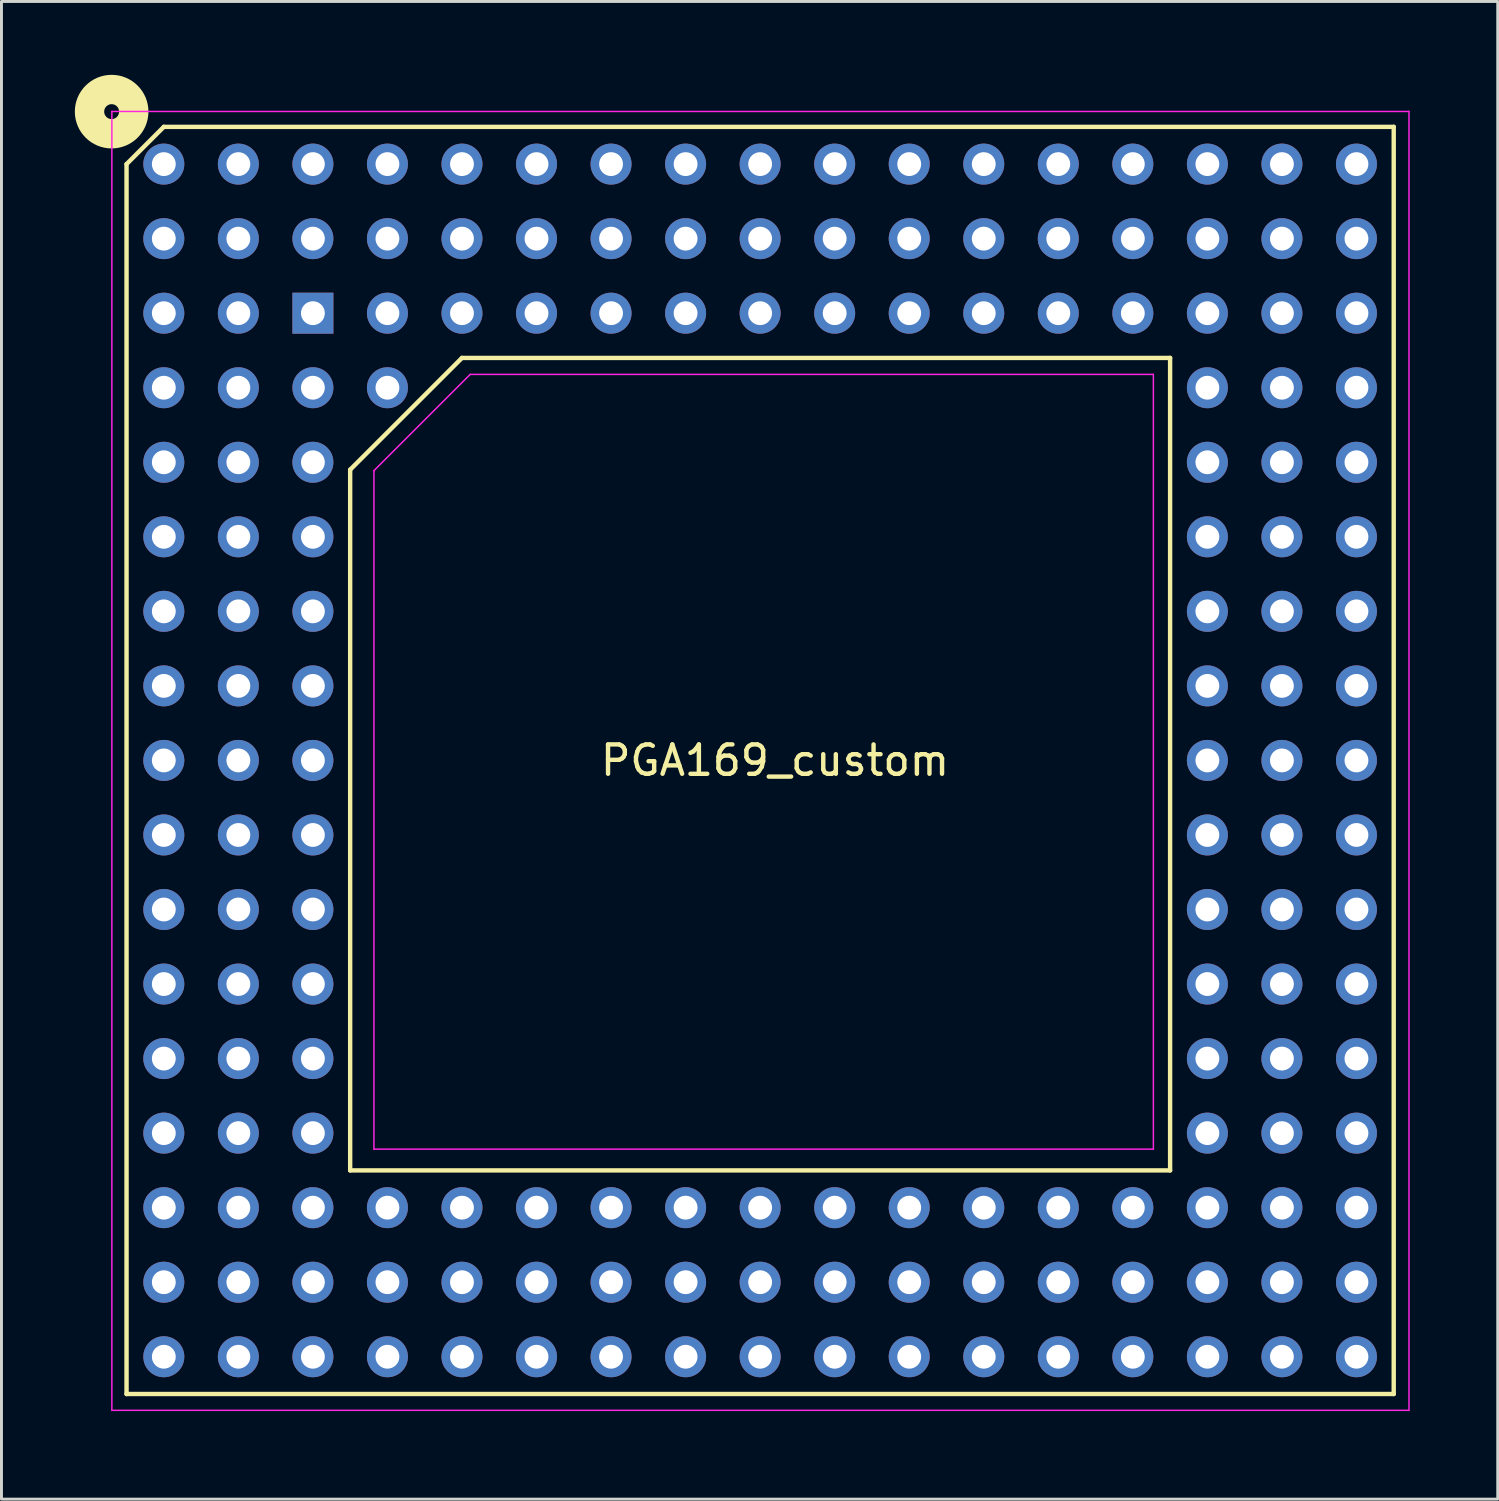
<source format=kicad_pcb>
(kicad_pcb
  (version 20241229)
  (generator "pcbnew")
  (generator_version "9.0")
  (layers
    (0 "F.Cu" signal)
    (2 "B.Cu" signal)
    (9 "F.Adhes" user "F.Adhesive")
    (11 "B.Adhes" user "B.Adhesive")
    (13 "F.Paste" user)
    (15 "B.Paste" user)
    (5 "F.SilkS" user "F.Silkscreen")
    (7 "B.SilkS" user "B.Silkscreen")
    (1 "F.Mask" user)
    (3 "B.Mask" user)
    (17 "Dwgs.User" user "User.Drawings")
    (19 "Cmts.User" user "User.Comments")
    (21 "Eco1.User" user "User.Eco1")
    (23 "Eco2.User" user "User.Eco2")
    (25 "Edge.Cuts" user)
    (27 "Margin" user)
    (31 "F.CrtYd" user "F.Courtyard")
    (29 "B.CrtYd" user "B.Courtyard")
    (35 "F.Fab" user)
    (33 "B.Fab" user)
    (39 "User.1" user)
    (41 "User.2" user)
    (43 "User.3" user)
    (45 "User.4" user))
  (footprint "PGA169_custom"
    (layer "F.Cu")
    (at 22.852 22.608)
    (property "Reference" "PGA169_custom" (at 0.508 0.254 0) (layer "F.SilkS") (effects (font (size 1 1) (thickness 0.15))))
    (attr through_hole)
    (fp_line (start -21.59 -20.066) (end -20.32 -21.336) (stroke (width 0.15) (type solid)) (layer "F.SilkS"))
    (fp_line (start -21.59 21.844) (end -21.59 -20.066) (stroke (width 0.15) (type solid)) (layer "F.SilkS"))
    (fp_line (start -20.32 -21.336) (end 21.59 -21.336) (stroke (width 0.15) (type solid)) (layer "F.SilkS"))
    (fp_line (start -13.97 -9.652) (end -10.16 -13.462) (stroke (width 0.15) (type solid)) (layer "F.SilkS"))
    (fp_line (start -13.97 14.224) (end -13.97 -9.652) (stroke (width 0.15) (type solid)) (layer "F.SilkS"))
    (fp_line (start -10.16 -13.462) (end 13.97 -13.462) (stroke (width 0.15) (type solid)) (layer "F.SilkS"))
    (fp_line (start 13.97 -13.462) (end 13.97 14.224) (stroke (width 0.15) (type solid)) (layer "F.SilkS"))
    (fp_line (start 13.97 14.224) (end -13.97 14.224) (stroke (width 0.15) (type solid)) (layer "F.SilkS"))
    (fp_line (start 21.59 -21.336) (end 21.59 21.844) (stroke (width 0.15) (type solid)) (layer "F.SilkS"))
    (fp_line (start 21.59 21.844) (end -21.59 21.844) (stroke (width 0.15) (type solid)) (layer "F.SilkS"))
    (fp_circle (center -22.098 -21.854) (end -22.098 -21.6) (stroke (width 1) (type solid)) (fill no) (layer "F.SilkS"))
    (fp_line (start -22.09 -21.86) (end -22.09 22.4) (stroke (width 0.05) (type solid)) (layer "F.CrtYd"))
    (fp_line (start -22.09 22.4) (end 22.11 22.4) (stroke (width 0.05) (type solid)) (layer "F.CrtYd"))
    (fp_line (start -13.16 -9.62) (end -13.16 13.5) (stroke (width 0.05) (type solid)) (layer "F.CrtYd"))
    (fp_line (start -13.16 13.5) (end 13.4 13.5) (stroke (width 0.05) (type solid)) (layer "F.CrtYd"))
    (fp_line (start -9.88 -12.9) (end -13.16 -9.62) (stroke (width 0.05) (type solid)) (layer "F.CrtYd"))
    (fp_line (start 13.4 -12.9) (end -9.88 -12.9) (stroke (width 0.05) (type solid)) (layer "F.CrtYd"))
    (fp_line (start 13.4 13.5) (end 13.4 -12.9) (stroke (width 0.05) (type solid)) (layer "F.CrtYd"))
    (fp_line (start 22.11 -21.86) (end -22.09 -21.86) (stroke (width 0.05) (type solid)) (layer "F.CrtYd"))
    (fp_line (start 22.11 22.4) (end 22.11 -21.86) (stroke (width 0.05) (type solid)) (layer "F.CrtYd"))
    (pad "A1" thru_hole circle (at -20.32 -20.066) (size 1.397 1.397) (drill 0.813) (layers "*.Cu" "*.Mask"))
    (pad "A2" thru_hole circle (at -17.78 -20.066) (size 1.397 1.397) (drill 0.813) (layers "*.Cu" "*.Mask"))
    (pad "A3" thru_hole circle (at -15.24 -20.066) (size 1.397 1.397) (drill 0.813) (layers "*.Cu" "*.Mask"))
    (pad "A4" thru_hole circle (at -12.7 -20.066) (size 1.397 1.397) (drill 0.813) (layers "*.Cu" "*.Mask"))
    (pad "A5" thru_hole circle (at -10.16 -20.066) (size 1.397 1.397) (drill 0.813) (layers "*.Cu" "*.Mask"))
    (pad "A6" thru_hole circle (at -7.62 -20.066) (size 1.397 1.397) (drill 0.813) (layers "*.Cu" "*.Mask"))
    (pad "A7" thru_hole circle (at -5.08 -20.066) (size 1.397 1.397) (drill 0.813) (layers "*.Cu" "*.Mask"))
    (pad "A8" thru_hole circle (at -2.54 -20.066) (size 1.397 1.397) (drill 0.813) (layers "*.Cu" "*.Mask"))
    (pad "A9" thru_hole circle (at 0 -20.066) (size 1.397 1.397) (drill 0.813) (layers "*.Cu" "*.Mask"))
    (pad "A10" thru_hole circle (at 2.54 -20.066) (size 1.397 1.397) (drill 0.813) (layers "*.Cu" "*.Mask"))
    (pad "A11" thru_hole circle (at 5.08 -20.066) (size 1.397 1.397) (drill 0.813) (layers "*.Cu" "*.Mask"))
    (pad "A12" thru_hole circle (at 7.62 -20.066) (size 1.397 1.397) (drill 0.813) (layers "*.Cu" "*.Mask"))
    (pad "A13" thru_hole circle (at 10.16 -20.066) (size 1.397 1.397) (drill 0.813) (layers "*.Cu" "*.Mask"))
    (pad "A14" thru_hole circle (at 12.7 -20.066) (size 1.397 1.397) (drill 0.813) (layers "*.Cu" "*.Mask"))
    (pad "A15" thru_hole circle (at 15.24 -20.066) (size 1.397 1.397) (drill 0.813) (layers "*.Cu" "*.Mask"))
    (pad "A16" thru_hole circle (at 17.78 -20.066) (size 1.397 1.397) (drill 0.813) (layers "*.Cu" "*.Mask"))
    (pad "A17" thru_hole circle (at 20.32 -20.066) (size 1.397 1.397) (drill 0.813) (layers "*.Cu" "*.Mask"))
    (pad "B1" thru_hole circle (at -20.32 -17.526) (size 1.397 1.397) (drill 0.813) (layers "*.Cu" "*.Mask"))
    (pad "B2" thru_hole circle (at -17.78 -17.526) (size 1.397 1.397) (drill 0.813) (layers "*.Cu" "*.Mask"))
    (pad "B3" thru_hole circle (at -15.24 -17.526) (size 1.397 1.397) (drill 0.813) (layers "*.Cu" "*.Mask"))
    (pad "B4" thru_hole circle (at -12.7 -17.526) (size 1.397 1.397) (drill 0.813) (layers "*.Cu" "*.Mask"))
    (pad "B5" thru_hole circle (at -10.16 -17.526) (size 1.397 1.397) (drill 0.813) (layers "*.Cu" "*.Mask"))
    (pad "B6" thru_hole circle (at -7.62 -17.526) (size 1.397 1.397) (drill 0.813) (layers "*.Cu" "*.Mask"))
    (pad "B7" thru_hole circle (at -5.08 -17.526) (size 1.397 1.397) (drill 0.813) (layers "*.Cu" "*.Mask"))
    (pad "B8" thru_hole circle (at -2.54 -17.526) (size 1.397 1.397) (drill 0.813) (layers "*.Cu" "*.Mask"))
    (pad "B9" thru_hole circle (at 0 -17.526) (size 1.397 1.397) (drill 0.813) (layers "*.Cu" "*.Mask"))
    (pad "B10" thru_hole circle (at 2.54 -17.526) (size 1.397 1.397) (drill 0.813) (layers "*.Cu" "*.Mask"))
    (pad "B11" thru_hole circle (at 5.08 -17.526) (size 1.397 1.397) (drill 0.813) (layers "*.Cu" "*.Mask"))
    (pad "B12" thru_hole circle (at 7.62 -17.526) (size 1.397 1.397) (drill 0.813) (layers "*.Cu" "*.Mask"))
    (pad "B13" thru_hole circle (at 10.16 -17.526) (size 1.397 1.397) (drill 0.813) (layers "*.Cu" "*.Mask"))
    (pad "B14" thru_hole circle (at 12.7 -17.526) (size 1.397 1.397) (drill 0.813) (layers "*.Cu" "*.Mask"))
    (pad "B15" thru_hole circle (at 15.24 -17.526) (size 1.397 1.397) (drill 0.813) (layers "*.Cu" "*.Mask"))
    (pad "B16" thru_hole circle (at 17.78 -17.526) (size 1.397 1.397) (drill 0.813) (layers "*.Cu" "*.Mask"))
    (pad "B17" thru_hole circle (at 20.32 -17.526) (size 1.397 1.397) (drill 0.813) (layers "*.Cu" "*.Mask"))
    (pad "C1" thru_hole circle (at -20.32 -14.986) (size 1.397 1.397) (drill 0.813) (layers "*.Cu" "*.Mask"))
    (pad "C2" thru_hole circle (at -17.78 -14.986) (size 1.397 1.397) (drill 0.813) (layers "*.Cu" "*.Mask"))
    (pad "C3" thru_hole rect (at -15.24 -14.986) (size 1.397 1.397) (drill 0.813) (layers "*.Cu" "*.Mask"))
    (pad "C4" thru_hole circle (at -12.7 -14.986) (size 1.397 1.397) (drill 0.813) (layers "*.Cu" "*.Mask"))
    (pad "C5" thru_hole circle (at -10.16 -14.986) (size 1.397 1.397) (drill 0.813) (layers "*.Cu" "*.Mask"))
    (pad "C6" thru_hole circle (at -7.62 -14.986) (size 1.397 1.397) (drill 0.813) (layers "*.Cu" "*.Mask"))
    (pad "C7" thru_hole circle (at -5.08 -14.986) (size 1.397 1.397) (drill 0.813) (layers "*.Cu" "*.Mask"))
    (pad "C8" thru_hole circle (at -2.54 -14.986) (size 1.397 1.397) (drill 0.813) (layers "*.Cu" "*.Mask"))
    (pad "C9" thru_hole circle (at 0 -14.986) (size 1.397 1.397) (drill 0.813) (layers "*.Cu" "*.Mask"))
    (pad "C10" thru_hole circle (at 2.54 -14.986) (size 1.397 1.397) (drill 0.813) (layers "*.Cu" "*.Mask"))
    (pad "C11" thru_hole circle (at 5.08 -14.986) (size 1.397 1.397) (drill 0.813) (layers "*.Cu" "*.Mask"))
    (pad "C12" thru_hole circle (at 7.62 -14.986) (size 1.397 1.397) (drill 0.813) (layers "*.Cu" "*.Mask"))
    (pad "C13" thru_hole circle (at 10.16 -14.986) (size 1.397 1.397) (drill 0.813) (layers "*.Cu" "*.Mask"))
    (pad "C14" thru_hole circle (at 12.7 -14.986) (size 1.397 1.397) (drill 0.813) (layers "*.Cu" "*.Mask"))
    (pad "C15" thru_hole circle (at 15.24 -14.986) (size 1.397 1.397) (drill 0.813) (layers "*.Cu" "*.Mask"))
    (pad "C16" thru_hole circle (at 17.78 -14.986) (size 1.397 1.397) (drill 0.813) (layers "*.Cu" "*.Mask"))
    (pad "C17" thru_hole circle (at 20.32 -14.986) (size 1.397 1.397) (drill 0.813) (layers "*.Cu" "*.Mask"))
    (pad "D1" thru_hole circle (at -20.32 -12.446) (size 1.397 1.397) (drill 0.813) (layers "*.Cu" "*.Mask"))
    (pad "D2" thru_hole circle (at -17.78 -12.446) (size 1.397 1.397) (drill 0.813) (layers "*.Cu" "*.Mask"))
    (pad "D3" thru_hole circle (at -15.24 -12.446) (size 1.397 1.397) (drill 0.813) (layers "*.Cu" "*.Mask"))
    (pad "D4" thru_hole circle (at -12.7 -12.446) (size 1.397 1.397) (drill 0.813) (layers "*.Cu" "*.Mask"))
    (pad "D15" thru_hole circle (at 15.24 -12.446) (size 1.397 1.397) (drill 0.813) (layers "*.Cu" "*.Mask"))
    (pad "D16" thru_hole circle (at 17.78 -12.446) (size 1.397 1.397) (drill 0.813) (layers "*.Cu" "*.Mask"))
    (pad "D17" thru_hole circle (at 20.32 -12.446) (size 1.397 1.397) (drill 0.813) (layers "*.Cu" "*.Mask"))
    (pad "E1" thru_hole circle (at -20.32 -9.906) (size 1.397 1.397) (drill 0.813) (layers "*.Cu" "*.Mask"))
    (pad "E2" thru_hole circle (at -17.78 -9.906) (size 1.397 1.397) (drill 0.813) (layers "*.Cu" "*.Mask"))
    (pad "E3" thru_hole circle (at -15.24 -9.906) (size 1.397 1.397) (drill 0.813) (layers "*.Cu" "*.Mask"))
    (pad "E15" thru_hole circle (at 15.24 -9.906) (size 1.397 1.397) (drill 0.813) (layers "*.Cu" "*.Mask"))
    (pad "E16" thru_hole circle (at 17.78 -9.906) (size 1.397 1.397) (drill 0.813) (layers "*.Cu" "*.Mask"))
    (pad "E17" thru_hole circle (at 20.32 -9.906) (size 1.397 1.397) (drill 0.813) (layers "*.Cu" "*.Mask"))
    (pad "F1" thru_hole circle (at -20.32 -7.366) (size 1.397 1.397) (drill 0.813) (layers "*.Cu" "*.Mask"))
    (pad "F2" thru_hole circle (at -17.78 -7.366) (size 1.397 1.397) (drill 0.813) (layers "*.Cu" "*.Mask"))
    (pad "F3" thru_hole circle (at -15.24 -7.366) (size 1.397 1.397) (drill 0.813) (layers "*.Cu" "*.Mask"))
    (pad "F15" thru_hole circle (at 15.24 -7.366) (size 1.397 1.397) (drill 0.813) (layers "*.Cu" "*.Mask"))
    (pad "F16" thru_hole circle (at 17.78 -7.366) (size 1.397 1.397) (drill 0.813) (layers "*.Cu" "*.Mask"))
    (pad "F17" thru_hole circle (at 20.32 -7.366) (size 1.397 1.397) (drill 0.813) (layers "*.Cu" "*.Mask"))
    (pad "G1" thru_hole circle (at -20.32 -4.826) (size 1.397 1.397) (drill 0.813) (layers "*.Cu" "*.Mask"))
    (pad "G2" thru_hole circle (at -17.78 -4.826) (size 1.397 1.397) (drill 0.813) (layers "*.Cu" "*.Mask"))
    (pad "G3" thru_hole circle (at -15.24 -4.826) (size 1.397 1.397) (drill 0.813) (layers "*.Cu" "*.Mask"))
    (pad "G15" thru_hole circle (at 15.24 -4.826) (size 1.397 1.397) (drill 0.813) (layers "*.Cu" "*.Mask"))
    (pad "G16" thru_hole circle (at 17.78 -4.826) (size 1.397 1.397) (drill 0.813) (layers "*.Cu" "*.Mask"))
    (pad "G17" thru_hole circle (at 20.32 -4.826) (size 1.397 1.397) (drill 0.813) (layers "*.Cu" "*.Mask"))
    (pad "H1" thru_hole circle (at -20.32 -2.286) (size 1.397 1.397) (drill 0.813) (layers "*.Cu" "*.Mask"))
    (pad "H2" thru_hole circle (at -17.78 -2.286) (size 1.397 1.397) (drill 0.813) (layers "*.Cu" "*.Mask"))
    (pad "H3" thru_hole circle (at -15.24 -2.286) (size 1.397 1.397) (drill 0.813) (layers "*.Cu" "*.Mask"))
    (pad "H15" thru_hole circle (at 15.24 -2.286) (size 1.397 1.397) (drill 0.813) (layers "*.Cu" "*.Mask"))
    (pad "H16" thru_hole circle (at 17.78 -2.286) (size 1.397 1.397) (drill 0.813) (layers "*.Cu" "*.Mask"))
    (pad "H17" thru_hole circle (at 20.32 -2.286) (size 1.397 1.397) (drill 0.813) (layers "*.Cu" "*.Mask"))
    (pad "J1" thru_hole circle (at -20.32 0.254) (size 1.397 1.397) (drill 0.813) (layers "*.Cu" "*.Mask"))
    (pad "J2" thru_hole circle (at -17.78 0.254) (size 1.397 1.397) (drill 0.813) (layers "*.Cu" "*.Mask"))
    (pad "J3" thru_hole circle (at -15.24 0.254) (size 1.397 1.397) (drill 0.813) (layers "*.Cu" "*.Mask"))
    (pad "J15" thru_hole circle (at 15.24 0.254) (size 1.397 1.397) (drill 0.813) (layers "*.Cu" "*.Mask"))
    (pad "J16" thru_hole circle (at 17.78 0.254) (size 1.397 1.397) (drill 0.813) (layers "*.Cu" "*.Mask"))
    (pad "J17" thru_hole circle (at 20.32 0.254) (size 1.397 1.397) (drill 0.813) (layers "*.Cu" "*.Mask"))
    (pad "K1" thru_hole circle (at -20.32 2.794) (size 1.397 1.397) (drill 0.813) (layers "*.Cu" "*.Mask"))
    (pad "K2" thru_hole circle (at -17.78 2.794) (size 1.397 1.397) (drill 0.813) (layers "*.Cu" "*.Mask"))
    (pad "K3" thru_hole circle (at -15.24 2.794) (size 1.397 1.397) (drill 0.813) (layers "*.Cu" "*.Mask"))
    (pad "K15" thru_hole circle (at 15.24 2.794) (size 1.397 1.397) (drill 0.813) (layers "*.Cu" "*.Mask"))
    (pad "K16" thru_hole circle (at 17.78 2.794) (size 1.397 1.397) (drill 0.813) (layers "*.Cu" "*.Mask"))
    (pad "K17" thru_hole circle (at 20.32 2.794) (size 1.397 1.397) (drill 0.813) (layers "*.Cu" "*.Mask"))
    (pad "L1" thru_hole circle (at -20.32 5.334) (size 1.397 1.397) (drill 0.813) (layers "*.Cu" "*.Mask"))
    (pad "L2" thru_hole circle (at -17.78 5.334) (size 1.397 1.397) (drill 0.813) (layers "*.Cu" "*.Mask"))
    (pad "L3" thru_hole circle (at -15.24 5.334) (size 1.397 1.397) (drill 0.813) (layers "*.Cu" "*.Mask"))
    (pad "L15" thru_hole circle (at 15.24 5.334) (size 1.397 1.397) (drill 0.813) (layers "*.Cu" "*.Mask"))
    (pad "L16" thru_hole circle (at 17.78 5.334) (size 1.397 1.397) (drill 0.813) (layers "*.Cu" "*.Mask"))
    (pad "L17" thru_hole circle (at 20.32 5.334) (size 1.397 1.397) (drill 0.813) (layers "*.Cu" "*.Mask"))
    (pad "M1" thru_hole circle (at -20.32 7.874) (size 1.397 1.397) (drill 0.813) (layers "*.Cu" "*.Mask"))
    (pad "M2" thru_hole circle (at -17.78 7.874) (size 1.397 1.397) (drill 0.813) (layers "*.Cu" "*.Mask"))
    (pad "M3" thru_hole circle (at -15.24 7.874) (size 1.397 1.397) (drill 0.813) (layers "*.Cu" "*.Mask"))
    (pad "M15" thru_hole circle (at 15.24 7.874) (size 1.397 1.397) (drill 0.813) (layers "*.Cu" "*.Mask"))
    (pad "M16" thru_hole circle (at 17.78 7.874) (size 1.397 1.397) (drill 0.813) (layers "*.Cu" "*.Mask"))
    (pad "M17" thru_hole circle (at 20.32 7.874) (size 1.397 1.397) (drill 0.813) (layers "*.Cu" "*.Mask"))
    (pad "N1" thru_hole circle (at -20.32 10.414) (size 1.397 1.397) (drill 0.813) (layers "*.Cu" "*.Mask"))
    (pad "N2" thru_hole circle (at -17.78 10.414) (size 1.397 1.397) (drill 0.813) (layers "*.Cu" "*.Mask"))
    (pad "N3" thru_hole circle (at -15.24 10.414) (size 1.397 1.397) (drill 0.813) (layers "*.Cu" "*.Mask"))
    (pad "N15" thru_hole circle (at 15.24 10.414) (size 1.397 1.397) (drill 0.813) (layers "*.Cu" "*.Mask"))
    (pad "N16" thru_hole circle (at 17.78 10.414) (size 1.397 1.397) (drill 0.813) (layers "*.Cu" "*.Mask"))
    (pad "N17" thru_hole circle (at 20.32 10.414) (size 1.397 1.397) (drill 0.813) (layers "*.Cu" "*.Mask"))
    (pad "P1" thru_hole circle (at -20.32 12.954) (size 1.397 1.397) (drill 0.813) (layers "*.Cu" "*.Mask"))
    (pad "P2" thru_hole circle (at -17.78 12.954) (size 1.397 1.397) (drill 0.813) (layers "*.Cu" "*.Mask"))
    (pad "P3" thru_hole circle (at -15.24 12.954) (size 1.397 1.397) (drill 0.813) (layers "*.Cu" "*.Mask"))
    (pad "P15" thru_hole circle (at 15.24 12.954) (size 1.397 1.397) (drill 0.813) (layers "*.Cu" "*.Mask"))
    (pad "P16" thru_hole circle (at 17.78 12.954) (size 1.397 1.397) (drill 0.813) (layers "*.Cu" "*.Mask"))
    (pad "P17" thru_hole circle (at 20.32 12.954) (size 1.397 1.397) (drill 0.813) (layers "*.Cu" "*.Mask"))
    (pad "Q1" thru_hole circle (at -20.32 15.494) (size 1.397 1.397) (drill 0.813) (layers "*.Cu" "*.Mask"))
    (pad "Q2" thru_hole circle (at -17.78 15.494) (size 1.397 1.397) (drill 0.813) (layers "*.Cu" "*.Mask"))
    (pad "Q3" thru_hole circle (at -15.24 15.494) (size 1.397 1.397) (drill 0.813) (layers "*.Cu" "*.Mask"))
    (pad "Q4" thru_hole circle (at -12.7 15.494) (size 1.397 1.397) (drill 0.813) (layers "*.Cu" "*.Mask"))
    (pad "Q5" thru_hole circle (at -10.16 15.494) (size 1.397 1.397) (drill 0.813) (layers "*.Cu" "*.Mask"))
    (pad "Q6" thru_hole circle (at -7.62 15.494) (size 1.397 1.397) (drill 0.813) (layers "*.Cu" "*.Mask"))
    (pad "Q7" thru_hole circle (at -5.08 15.494) (size 1.397 1.397) (drill 0.813) (layers "*.Cu" "*.Mask"))
    (pad "Q8" thru_hole circle (at -2.54 15.494) (size 1.397 1.397) (drill 0.813) (layers "*.Cu" "*.Mask"))
    (pad "Q9" thru_hole circle (at 0 15.494) (size 1.397 1.397) (drill 0.813) (layers "*.Cu" "*.Mask"))
    (pad "Q10" thru_hole circle (at 2.54 15.494) (size 1.397 1.397) (drill 0.813) (layers "*.Cu" "*.Mask"))
    (pad "Q11" thru_hole circle (at 5.08 15.494) (size 1.397 1.397) (drill 0.813) (layers "*.Cu" "*.Mask"))
    (pad "Q12" thru_hole circle (at 7.62 15.494) (size 1.397 1.397) (drill 0.813) (layers "*.Cu" "*.Mask"))
    (pad "Q13" thru_hole circle (at 10.16 15.494) (size 1.397 1.397) (drill 0.813) (layers "*.Cu" "*.Mask"))
    (pad "Q14" thru_hole circle (at 12.7 15.494) (size 1.397 1.397) (drill 0.813) (layers "*.Cu" "*.Mask"))
    (pad "Q15" thru_hole circle (at 15.24 15.494) (size 1.397 1.397) (drill 0.813) (layers "*.Cu" "*.Mask"))
    (pad "Q16" thru_hole circle (at 17.78 15.494) (size 1.397 1.397) (drill 0.813) (layers "*.Cu" "*.Mask"))
    (pad "Q17" thru_hole circle (at 20.32 15.494) (size 1.397 1.397) (drill 0.813) (layers "*.Cu" "*.Mask"))
    (pad "R1" thru_hole circle (at -20.32 18.034) (size 1.397 1.397) (drill 0.813) (layers "*.Cu" "*.Mask"))
    (pad "R2" thru_hole circle (at -17.78 18.034) (size 1.397 1.397) (drill 0.813) (layers "*.Cu" "*.Mask"))
    (pad "R3" thru_hole circle (at -15.24 18.034) (size 1.397 1.397) (drill 0.813) (layers "*.Cu" "*.Mask"))
    (pad "R4" thru_hole circle (at -12.7 18.034) (size 1.397 1.397) (drill 0.813) (layers "*.Cu" "*.Mask"))
    (pad "R5" thru_hole circle (at -10.16 18.034) (size 1.397 1.397) (drill 0.813) (layers "*.Cu" "*.Mask"))
    (pad "R6" thru_hole circle (at -7.62 18.034) (size 1.397 1.397) (drill 0.813) (layers "*.Cu" "*.Mask"))
    (pad "R7" thru_hole circle (at -5.08 18.034) (size 1.397 1.397) (drill 0.813) (layers "*.Cu" "*.Mask"))
    (pad "R8" thru_hole circle (at -2.54 18.034) (size 1.397 1.397) (drill 0.813) (layers "*.Cu" "*.Mask"))
    (pad "R9" thru_hole circle (at 0 18.034) (size 1.397 1.397) (drill 0.813) (layers "*.Cu" "*.Mask"))
    (pad "R10" thru_hole circle (at 2.54 18.034) (size 1.397 1.397) (drill 0.813) (layers "*.Cu" "*.Mask"))
    (pad "R11" thru_hole circle (at 5.08 18.034) (size 1.397 1.397) (drill 0.813) (layers "*.Cu" "*.Mask"))
    (pad "R12" thru_hole circle (at 7.62 18.034) (size 1.397 1.397) (drill 0.813) (layers "*.Cu" "*.Mask"))
    (pad "R13" thru_hole circle (at 10.16 18.034) (size 1.397 1.397) (drill 0.813) (layers "*.Cu" "*.Mask"))
    (pad "R14" thru_hole circle (at 12.7 18.034) (size 1.397 1.397) (drill 0.813) (layers "*.Cu" "*.Mask"))
    (pad "R15" thru_hole circle (at 15.24 18.034) (size 1.397 1.397) (drill 0.813) (layers "*.Cu" "*.Mask"))
    (pad "R16" thru_hole circle (at 17.78 18.034) (size 1.397 1.397) (drill 0.813) (layers "*.Cu" "*.Mask"))
    (pad "R17" thru_hole circle (at 20.32 18.034) (size 1.397 1.397) (drill 0.813) (layers "*.Cu" "*.Mask"))
    (pad "S1" thru_hole circle (at -20.32 20.574) (size 1.397 1.397) (drill 0.813) (layers "*.Cu" "*.Mask"))
    (pad "S2" thru_hole circle (at -17.78 20.574) (size 1.397 1.397) (drill 0.813) (layers "*.Cu" "*.Mask"))
    (pad "S3" thru_hole circle (at -15.24 20.574) (size 1.397 1.397) (drill 0.813) (layers "*.Cu" "*.Mask"))
    (pad "S4" thru_hole circle (at -12.7 20.574) (size 1.397 1.397) (drill 0.813) (layers "*.Cu" "*.Mask"))
    (pad "S5" thru_hole circle (at -10.16 20.574) (size 1.397 1.397) (drill 0.813) (layers "*.Cu" "*.Mask"))
    (pad "S6" thru_hole circle (at -7.62 20.574) (size 1.397 1.397) (drill 0.813) (layers "*.Cu" "*.Mask"))
    (pad "S7" thru_hole circle (at -5.08 20.574) (size 1.397 1.397) (drill 0.813) (layers "*.Cu" "*.Mask"))
    (pad "S8" thru_hole circle (at -2.54 20.574) (size 1.397 1.397) (drill 0.813) (layers "*.Cu" "*.Mask"))
    (pad "S9" thru_hole circle (at 0 20.574) (size 1.397 1.397) (drill 0.813) (layers "*.Cu" "*.Mask"))
    (pad "S10" thru_hole circle (at 2.54 20.574) (size 1.397 1.397) (drill 0.813) (layers "*.Cu" "*.Mask"))
    (pad "S11" thru_hole circle (at 5.08 20.574) (size 1.397 1.397) (drill 0.813) (layers "*.Cu" "*.Mask"))
    (pad "S12" thru_hole circle (at 7.62 20.574) (size 1.397 1.397) (drill 0.813) (layers "*.Cu" "*.Mask"))
    (pad "S13" thru_hole circle (at 10.16 20.574) (size 1.397 1.397) (drill 0.813) (layers "*.Cu" "*.Mask"))
    (pad "S14" thru_hole circle (at 12.7 20.574) (size 1.397 1.397) (drill 0.813) (layers "*.Cu" "*.Mask"))
    (pad "S15" thru_hole circle (at 15.24 20.574) (size 1.397 1.397) (drill 0.813) (layers "*.Cu" "*.Mask"))
    (pad "S16" thru_hole circle (at 17.78 20.574) (size 1.397 1.397) (drill 0.813) (layers "*.Cu" "*.Mask"))
    (pad "S17" thru_hole circle (at 20.32 20.574) (size 1.397 1.397) (drill 0.813) (layers "*.Cu" "*.Mask")))
  (gr_rect
    (start -3 -3)
    (end 47.987 48.033)
    (stroke (width 0.1) (type default))
    (fill no)
    (layer "Edge.Cuts")))
</source>
